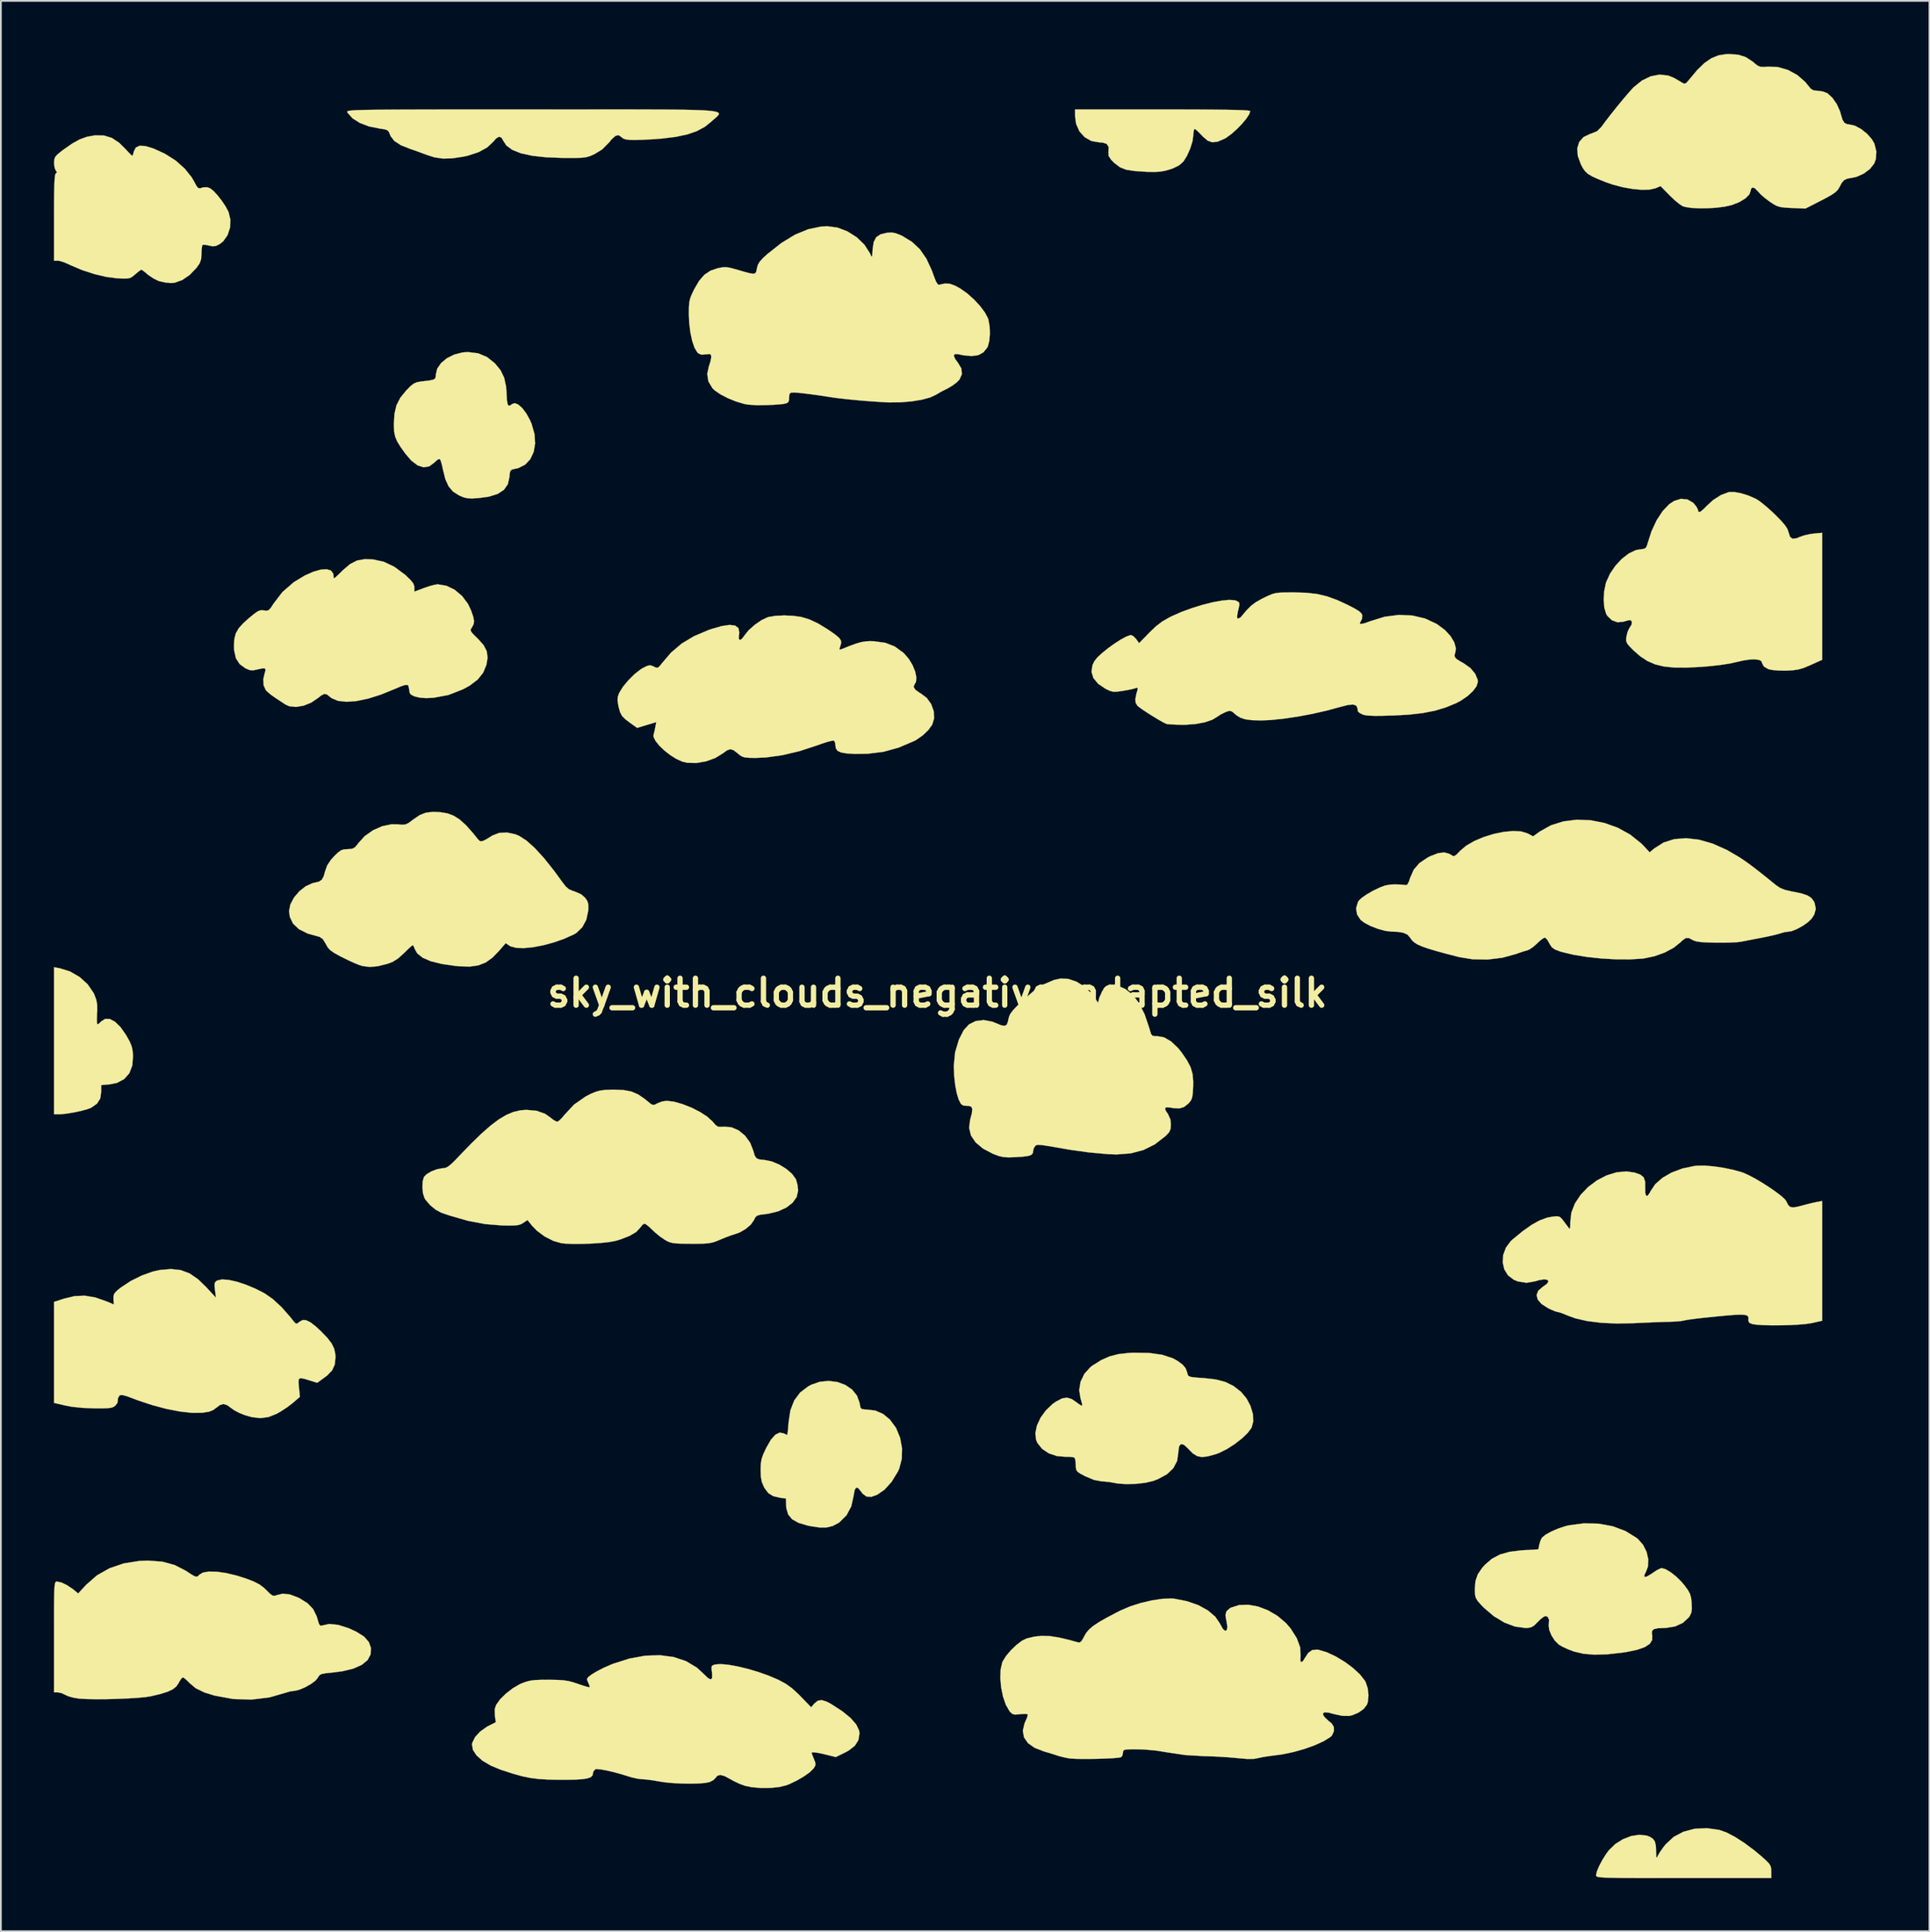
<source format=kicad_pcb>
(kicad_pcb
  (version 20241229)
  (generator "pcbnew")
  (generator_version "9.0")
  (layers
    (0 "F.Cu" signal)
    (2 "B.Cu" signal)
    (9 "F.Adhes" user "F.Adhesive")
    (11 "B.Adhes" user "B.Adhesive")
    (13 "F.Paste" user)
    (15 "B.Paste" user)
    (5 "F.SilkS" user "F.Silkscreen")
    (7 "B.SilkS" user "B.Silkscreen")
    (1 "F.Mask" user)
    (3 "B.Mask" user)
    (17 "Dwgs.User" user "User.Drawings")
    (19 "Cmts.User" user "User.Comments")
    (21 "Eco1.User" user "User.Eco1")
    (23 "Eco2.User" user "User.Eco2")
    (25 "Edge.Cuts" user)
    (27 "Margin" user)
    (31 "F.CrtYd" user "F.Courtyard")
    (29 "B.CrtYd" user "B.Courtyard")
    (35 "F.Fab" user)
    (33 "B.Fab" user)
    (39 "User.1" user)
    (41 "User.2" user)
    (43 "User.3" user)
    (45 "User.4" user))
  (footprint "sky_with_clouds_negative_adapted_silk"
    (layer "F.Cu")
    (at 49.958 53.09)
    (property "Reference" "sky_with_clouds_negative_adapted_silk" (at 0 0 0) (layer "F.SilkS") (effects (font (size 1.524 1.524) (thickness 0.3))))
    (attr through_hole)
    (fp_poly (pts (xy -49.636 -1.4) (xy -49.046 -1.216) (xy -48.507 -0.905) (xy -48.053 -0.495) (xy -47.721 -0.011) (xy -47.667 0.104) (xy -47.562 0.389) (xy -47.512 0.658) (xy -47.508 0.986) (xy -47.518 1.161) (xy -47.529 1.459) (xy -47.524 1.678) (xy -47.503 1.776) (xy -47.498 1.778) (xy -47.404 1.722) (xy -47.286 1.609) (xy -47.058 1.462) (xy -46.793 1.47) (xy -46.502 1.627) (xy -46.197 1.925) (xy -45.891 2.358) (xy -45.87 2.394) (xy -45.68 2.732) (xy -45.567 2.999) (xy -45.509 3.261) (xy -45.486 3.551) (xy -45.525 4.095) (xy -45.695 4.537) (xy -45.989 4.869) (xy -46.399 5.084) (xy -46.805 5.164) (xy -47.286 5.207) (xy -47.286 5.6) (xy -47.341 5.969) (xy -47.52 6.251) (xy -47.844 6.481) (xy -47.863 6.491) (xy -48.091 6.576) (xy -48.43 6.667) (xy -48.825 6.751) (xy -49.219 6.817) (xy -49.554 6.854) (xy -49.664 6.858) (xy -49.953 6.858) (xy -49.953 -1.458) (xy -49.636 -1.4)) (stroke (width 0.01) (type solid)) (fill yes) (layer "F.SilkS"))
    (fp_poly (pts (xy 44.22 47.316) (xy 44.618 47.456) (xy 45.1 47.707) (xy 45.636 48.051) (xy 46.199 48.471) (xy 46.62 48.823) (xy 46.884 49.061) (xy 47.045 49.231) (xy 47.126 49.374) (xy 47.156 49.53) (xy 47.159 49.667) (xy 47.159 50.038) (xy 42.206 50.038) (xy 41.167 50.038) (xy 40.285 50.037) (xy 39.546 50.036) (xy 38.938 50.033) (xy 38.448 50.028) (xy 38.064 50.021) (xy 37.773 50.012) (xy 37.561 49.999) (xy 37.417 49.983) (xy 37.326 49.962) (xy 37.277 49.937) (xy 37.257 49.908) (xy 37.253 49.872) (xy 37.253 49.866) (xy 37.3 49.657) (xy 37.425 49.359) (xy 37.604 49.02) (xy 37.813 48.687) (xy 37.976 48.466) (xy 38.339 48.113) (xy 38.773 47.841) (xy 39.239 47.663) (xy 39.7 47.591) (xy 40.117 47.637) (xy 40.295 47.707) (xy 40.473 47.823) (xy 40.578 47.973) (xy 40.63 48.202) (xy 40.647 48.542) (xy 40.654 48.788) (xy 40.671 48.885) (xy 40.709 48.851) (xy 40.753 48.759) (xy 40.861 48.574) (xy 41.036 48.324) (xy 41.184 48.134) (xy 41.635 47.715) (xy 42.187 47.42) (xy 42.821 47.252) (xy 43.517 47.218) (xy 44.22 47.316)) (stroke (width 0.01) (type solid)) (fill yes) (layer "F.SilkS"))
    (fp_poly (pts (xy 13.883 -49.952) (xy 14.862 -49.949) (xy 15.683 -49.943) (xy 16.355 -49.935) (xy 16.883 -49.924) (xy 17.274 -49.911) (xy 17.535 -49.894) (xy 17.671 -49.875) (xy 17.695 -49.861) (xy 17.633 -49.676) (xy 17.465 -49.422) (xy 17.222 -49.131) (xy 16.933 -48.835) (xy 16.63 -48.566) (xy 16.342 -48.357) (xy 16.238 -48.297) (xy 15.858 -48.133) (xy 15.557 -48.094) (xy 15.293 -48.185) (xy 15.024 -48.411) (xy 14.968 -48.472) (xy 14.774 -48.673) (xy 14.62 -48.811) (xy 14.55 -48.853) (xy 14.505 -48.778) (xy 14.48 -48.59) (xy 14.478 -48.517) (xy 14.429 -48.157) (xy 14.298 -47.736) (xy 14.113 -47.323) (xy 13.923 -47.02) (xy 13.687 -46.802) (xy 13.327 -46.623) (xy 13.194 -46.575) (xy 12.905 -46.491) (xy 12.614 -46.438) (xy 12.283 -46.417) (xy 11.874 -46.424) (xy 11.348 -46.457) (xy 11.134 -46.475) (xy 10.683 -46.543) (xy 10.331 -46.682) (xy 10.011 -46.924) (xy 9.832 -47.104) (xy 9.686 -47.325) (xy 9.676 -47.556) (xy 9.676 -47.556) (xy 9.687 -47.832) (xy 9.581 -48.002) (xy 9.343 -48.08) (xy 9.154 -48.091) (xy 8.71 -48.169) (xy 8.329 -48.387) (xy 8.033 -48.719) (xy 7.846 -49.14) (xy 7.791 -49.551) (xy 7.789 -49.953) (xy 12.742 -49.953) (xy 13.883 -49.952)) (stroke (width 0.01) (type solid)) (fill yes) (layer "F.SilkS"))
    (fp_poly (pts (xy -5.65 21.995) (xy -5.201 22.161) (xy -4.824 22.419) (xy -4.548 22.758) (xy -4.399 23.167) (xy -4.393 23.21) (xy -4.353 23.425) (xy -4.277 23.52) (xy -4.113 23.544) (xy -4.042 23.545) (xy -3.511 23.607) (xy -3.062 23.803) (xy -2.677 24.124) (xy -2.336 24.59) (xy -2.107 25.143) (xy -1.997 25.741) (xy -2.012 26.341) (xy -2.159 26.9) (xy -2.223 27.04) (xy -2.588 27.639) (xy -3 28.091) (xy -3.401 28.364) (xy -3.739 28.487) (xy -4.005 28.469) (xy -4.228 28.303) (xy -4.333 28.163) (xy -4.483 27.984) (xy -4.597 27.965) (xy -4.68 28.11) (xy -4.734 28.419) (xy -4.735 28.426) (xy -4.869 29.025) (xy -5.134 29.524) (xy -5.527 29.914) (xy -5.59 29.958) (xy -5.908 30.129) (xy -6.251 30.215) (xy -6.657 30.219) (xy -7.164 30.144) (xy -7.335 30.109) (xy -7.845 29.958) (xy -8.206 29.757) (xy -8.431 29.49) (xy -8.537 29.144) (xy -8.549 28.99) (xy -8.561 28.582) (xy -8.9 28.535) (xy -9.283 28.445) (xy -9.555 28.276) (xy -9.768 27.995) (xy -9.808 27.923) (xy -9.923 27.649) (xy -9.981 27.342) (xy -9.995 26.962) (xy -9.984 26.629) (xy -9.941 26.359) (xy -9.848 26.086) (xy -9.688 25.739) (xy -9.675 25.713) (xy -9.413 25.258) (xy -9.161 24.972) (xy -8.917 24.854) (xy -8.693 24.896) (xy -8.548 24.966) (xy -8.494 24.984) (xy -8.473 24.906) (xy -8.447 24.698) (xy -8.422 24.399) (xy -8.414 24.281) (xy -8.312 23.599) (xy -8.095 23.037) (xy -7.757 22.585) (xy -7.292 22.233) (xy -7.146 22.154) (xy -6.65 21.98) (xy -6.142 21.931) (xy -5.65 21.995)) (stroke (width 0.01) (type solid)) (fill yes) (layer "F.SilkS"))
    (fp_poly (pts (xy -25.968 -36.166) (xy -25.464 -35.953) (xy -25.021 -35.599) (xy -24.701 -35.21) (xy -24.495 -34.78) (xy -24.386 -34.265) (xy -24.359 -33.868) (xy -24.339 -33.494) (xy -24.297 -33.274) (xy -24.225 -33.194) (xy -24.118 -33.24) (xy -24.065 -33.289) (xy -23.903 -33.348) (xy -23.699 -33.268) (xy -23.475 -33.069) (xy -23.248 -32.77) (xy -23.038 -32.391) (xy -22.945 -32.176) (xy -22.784 -31.608) (xy -22.747 -31.072) (xy -22.828 -30.589) (xy -23.019 -30.181) (xy -23.311 -29.87) (xy -23.697 -29.676) (xy -23.862 -29.639) (xy -24.047 -29.6) (xy -24.142 -29.529) (xy -24.182 -29.377) (xy -24.199 -29.167) (xy -24.289 -28.765) (xy -24.509 -28.45) (xy -24.865 -28.216) (xy -25.363 -28.06) (xy -25.955 -27.981) (xy -26.316 -27.961) (xy -26.573 -27.971) (xy -26.786 -28.021) (xy -27.019 -28.119) (xy -27.051 -28.134) (xy -27.387 -28.348) (xy -27.636 -28.64) (xy -27.819 -29.04) (xy -27.948 -29.549) (xy -28.013 -29.843) (xy -28.078 -30.072) (xy -28.126 -30.18) (xy -28.223 -30.177) (xy -28.385 -30.051) (xy -28.444 -29.99) (xy -28.734 -29.773) (xy -29.051 -29.72) (xy -29.39 -29.829) (xy -29.745 -30.098) (xy -30.074 -30.48) (xy -30.354 -30.87) (xy -30.543 -31.176) (xy -30.657 -31.444) (xy -30.714 -31.719) (xy -30.733 -32.046) (xy -30.734 -32.163) (xy -30.699 -32.752) (xy -30.584 -33.233) (xy -30.37 -33.653) (xy -30.038 -34.061) (xy -30.027 -34.072) (xy -29.791 -34.311) (xy -29.609 -34.454) (xy -29.427 -34.531) (xy -29.187 -34.574) (xy -29.083 -34.585) (xy -28.735 -34.627) (xy -28.522 -34.67) (xy -28.411 -34.73) (xy -28.37 -34.826) (xy -28.363 -34.952) (xy -28.284 -35.296) (xy -28.064 -35.615) (xy -27.733 -35.888) (xy -27.32 -36.094) (xy -26.854 -36.214) (xy -26.549 -36.235) (xy -25.968 -36.166)) (stroke (width 0.01) (type solid)) (fill yes) (layer "F.SilkS"))
    (fp_poly (pts (xy 37.399 30.002) (xy 38.192 30.149) (xy 38.913 30.418) (xy 39.537 30.804) (xy 39.624 30.874) (xy 39.911 31.201) (xy 40.109 31.599) (xy 40.204 32.021) (xy 40.186 32.422) (xy 40.09 32.681) (xy 39.983 32.909) (xy 39.991 33.013) (xy 40.117 32.995) (xy 40.358 32.854) (xy 40.484 32.766) (xy 40.712 32.619) (xy 40.903 32.528) (xy 40.97 32.514) (xy 41.187 32.578) (xy 41.469 32.746) (xy 41.778 32.99) (xy 42.076 33.281) (xy 42.247 33.483) (xy 42.451 33.763) (xy 42.569 33.984) (xy 42.629 34.215) (xy 42.657 34.502) (xy 42.666 34.821) (xy 42.637 35.035) (xy 42.556 35.21) (xy 42.496 35.297) (xy 42.163 35.609) (xy 41.718 35.813) (xy 41.188 35.898) (xy 41.1 35.9) (xy 40.739 35.914) (xy 40.521 35.964) (xy 40.42 36.066) (xy 40.412 36.235) (xy 40.427 36.315) (xy 40.424 36.576) (xy 40.288 36.795) (xy 40.01 36.979) (xy 39.583 37.13) (xy 38.998 37.253) (xy 38.725 37.295) (xy 37.874 37.388) (xy 37.153 37.409) (xy 36.536 37.356) (xy 35.998 37.229) (xy 35.983 37.224) (xy 35.649 37.097) (xy 35.336 36.95) (xy 35.147 36.838) (xy 34.921 36.615) (xy 34.731 36.32) (xy 34.604 36.009) (xy 34.57 35.739) (xy 34.579 35.686) (xy 34.595 35.439) (xy 34.517 35.271) (xy 34.395 35.221) (xy 34.267 35.28) (xy 34.081 35.43) (xy 33.951 35.56) (xy 33.746 35.763) (xy 33.573 35.864) (xy 33.363 35.897) (xy 33.258 35.899) (xy 32.67 35.82) (xy 32.063 35.591) (xy 31.462 35.228) (xy 30.894 34.743) (xy 30.747 34.59) (xy 30.55 34.364) (xy 30.445 34.185) (xy 30.403 33.979) (xy 30.395 33.695) (xy 30.433 33.241) (xy 30.564 32.862) (xy 30.812 32.499) (xy 30.975 32.318) (xy 31.366 31.983) (xy 31.819 31.745) (xy 32.364 31.591) (xy 33.033 31.509) (xy 33.101 31.505) (xy 33.987 31.454) (xy 34.043 31.179) (xy 34.11 30.952) (xy 34.193 30.791) (xy 34.193 30.791) (xy 34.39 30.629) (xy 34.703 30.454) (xy 35.085 30.287) (xy 35.485 30.152) (xy 35.706 30.097) (xy 36.562 29.983) (xy 37.399 30.002)) (stroke (width 0.01) (type solid)) (fill yes) (layer "F.SilkS"))
    (fp_poly (pts (xy 11.972 20.35) (xy 12.711 20.454) (xy 13.31 20.649) (xy 13.589 20.802) (xy 13.873 21.013) (xy 14.04 21.215) (xy 14.13 21.46) (xy 14.14 21.505) (xy 14.167 21.6) (xy 14.222 21.663) (xy 14.338 21.705) (xy 14.545 21.734) (xy 14.876 21.76) (xy 15.08 21.773) (xy 15.745 21.848) (xy 16.289 21.991) (xy 16.748 22.217) (xy 17.16 22.539) (xy 17.174 22.551) (xy 17.483 22.92) (xy 17.709 23.347) (xy 17.841 23.79) (xy 17.867 24.21) (xy 17.774 24.565) (xy 17.766 24.58) (xy 17.553 24.868) (xy 17.224 25.184) (xy 16.82 25.498) (xy 16.383 25.778) (xy 15.956 25.994) (xy 15.744 26.073) (xy 15.296 26.196) (xy 14.958 26.235) (xy 14.687 26.18) (xy 14.442 26.025) (xy 14.182 25.76) (xy 14.176 25.753) (xy 13.952 25.546) (xy 13.786 25.498) (xy 13.679 25.609) (xy 13.633 25.877) (xy 13.631 25.956) (xy 13.561 26.448) (xy 13.346 26.864) (xy 12.982 27.209) (xy 12.467 27.488) (xy 12.197 27.589) (xy 11.765 27.69) (xy 11.245 27.75) (xy 10.704 27.766) (xy 10.211 27.734) (xy 9.948 27.686) (xy 9.7 27.643) (xy 9.393 27.615) (xy 9.305 27.611) (xy 8.873 27.533) (xy 8.374 27.326) (xy 8.093 27.179) (xy 7.931 27.07) (xy 7.855 26.961) (xy 7.831 26.813) (xy 7.829 26.695) (xy 7.812 26.458) (xy 7.773 26.297) (xy 7.758 26.272) (xy 7.64 26.236) (xy 7.416 26.22) (xy 7.275 26.222) (xy 6.763 26.181) (xy 6.301 26.024) (xy 5.922 25.769) (xy 5.658 25.435) (xy 5.587 25.27) (xy 5.543 24.885) (xy 5.632 24.456) (xy 5.836 24.014) (xy 6.138 23.596) (xy 6.52 23.234) (xy 6.696 23.109) (xy 7.042 22.925) (xy 7.329 22.875) (xy 7.602 22.958) (xy 7.833 23.115) (xy 8.026 23.256) (xy 8.158 23.332) (xy 8.189 23.335) (xy 8.186 23.241) (xy 8.136 23.044) (xy 8.098 22.925) (xy 8.023 22.454) (xy 8.099 21.979) (xy 8.313 21.534) (xy 8.652 21.156) (xy 8.784 21.056) (xy 9.273 20.752) (xy 9.74 20.544) (xy 10.24 20.416) (xy 10.828 20.35) (xy 11.091 20.337) (xy 11.972 20.35)) (stroke (width 0.01) (type solid)) (fill yes) (layer "F.SilkS"))
    (fp_poly (pts (xy -17.493 -49.955) (xy -16.502 -49.953) (xy -15.641 -49.95) (xy -14.901 -49.944) (xy -14.273 -49.935) (xy -13.751 -49.923) (xy -13.325 -49.907) (xy -12.988 -49.887) (xy -12.732 -49.861) (xy -12.548 -49.83) (xy -12.429 -49.793) (xy -12.366 -49.749) (xy -12.352 -49.698) (xy -12.378 -49.64) (xy -12.436 -49.573) (xy -12.519 -49.497) (xy -12.618 -49.412) (xy -12.725 -49.317) (xy -12.765 -49.279) (xy -13.145 -48.973) (xy -13.596 -48.73) (xy -14.138 -48.541) (xy -14.794 -48.402) (xy -15.582 -48.306) (xy -16.118 -48.266) (xy -16.691 -48.236) (xy -17.12 -48.225) (xy -17.429 -48.233) (xy -17.641 -48.264) (xy -17.781 -48.318) (xy -17.872 -48.396) (xy -18.024 -48.499) (xy -18.199 -48.46) (xy -18.414 -48.271) (xy -18.557 -48.095) (xy -18.956 -47.692) (xy -19.362 -47.444) (xy -19.555 -47.352) (xy -19.724 -47.287) (xy -19.902 -47.245) (xy -20.124 -47.221) (xy -20.425 -47.211) (xy -20.839 -47.21) (xy -21.167 -47.211) (xy -22.114 -47.246) (xy -22.911 -47.334) (xy -23.555 -47.476) (xy -24.043 -47.67) (xy -24.374 -47.917) (xy -24.519 -48.138) (xy -24.644 -48.354) (xy -24.783 -48.412) (xy -24.953 -48.312) (xy -25.114 -48.127) (xy -25.458 -47.804) (xy -25.945 -47.537) (xy -26.556 -47.337) (xy -26.813 -47.281) (xy -27.437 -47.188) (xy -27.962 -47.175) (xy -28.438 -47.244) (xy -28.871 -47.382) (xy -29.222 -47.514) (xy -29.573 -47.64) (xy -29.803 -47.718) (xy -30.337 -47.93) (xy -30.708 -48.172) (xy -30.92 -48.449) (xy -30.946 -48.514) (xy -31.013 -48.681) (xy -31.103 -48.777) (xy -31.264 -48.831) (xy -31.546 -48.872) (xy -32.137 -48.991) (xy -32.651 -49.186) (xy -33.06 -49.442) (xy -33.336 -49.745) (xy -33.364 -49.793) (xy -33.373 -49.817) (xy -33.368 -49.838) (xy -33.341 -49.857) (xy -33.283 -49.873) (xy -33.185 -49.888) (xy -33.038 -49.901) (xy -32.834 -49.912) (xy -32.564 -49.921) (xy -32.219 -49.929) (xy -31.791 -49.935) (xy -31.271 -49.941) (xy -30.65 -49.945) (xy -29.92 -49.948) (xy -29.072 -49.95) (xy -28.098 -49.952) (xy -26.988 -49.953) (xy -25.734 -49.953) (xy -24.327 -49.953) (xy -22.905 -49.953) (xy -21.318 -49.954) (xy -19.893 -49.954) (xy -18.62 -49.955) (xy -17.493 -49.955)) (stroke (width 0.01) (type solid)) (fill yes) (layer "F.SilkS"))
    (fp_poly (pts (xy -47.127 -48.478) (xy -46.684 -48.343) (xy -46.266 -48.065) (xy -45.942 -47.745) (xy -45.746 -47.534) (xy -45.597 -47.384) (xy -45.527 -47.329) (xy -45.485 -47.401) (xy -45.438 -47.577) (xy -45.437 -47.58) (xy -45.328 -47.799) (xy -45.11 -47.9) (xy -44.78 -47.882) (xy -44.336 -47.746) (xy -43.774 -47.492) (xy -43.653 -47.43) (xy -43.076 -47.063) (xy -42.568 -46.613) (xy -42.171 -46.119) (xy -42.034 -45.884) (xy -41.903 -45.636) (xy -41.806 -45.514) (xy -41.702 -45.489) (xy -41.552 -45.537) (xy -41.529 -45.546) (xy -41.299 -45.557) (xy -41.129 -45.496) (xy -40.941 -45.351) (xy -40.709 -45.101) (xy -40.466 -44.791) (xy -40.249 -44.467) (xy -40.092 -44.172) (xy -40.083 -44.151) (xy -39.978 -43.715) (xy -40.001 -43.265) (xy -40.14 -42.845) (xy -40.383 -42.501) (xy -40.572 -42.349) (xy -40.796 -42.235) (xy -40.992 -42.216) (xy -41.183 -42.257) (xy -41.4 -42.301) (xy -41.541 -42.3) (xy -41.557 -42.291) (xy -41.588 -42.182) (xy -41.609 -41.961) (xy -41.613 -41.795) (xy -41.634 -41.488) (xy -41.718 -41.253) (xy -41.891 -41.003) (xy -42.28 -40.597) (xy -42.702 -40.309) (xy -43.127 -40.157) (xy -43.343 -40.138) (xy -43.67 -40.17) (xy -43.993 -40.242) (xy -44.056 -40.263) (xy -44.335 -40.401) (xy -44.616 -40.591) (xy -44.673 -40.638) (xy -44.857 -40.791) (xy -44.986 -40.883) (xy -45.013 -40.894) (xy -45.101 -40.843) (xy -45.266 -40.713) (xy -45.363 -40.63) (xy -45.515 -40.503) (xy -45.646 -40.428) (xy -45.804 -40.393) (xy -46.037 -40.39) (xy -46.39 -40.407) (xy -46.991 -40.484) (xy -47.669 -40.645) (xy -48.363 -40.871) (xy -49.015 -41.146) (xy -49.125 -41.2) (xy -49.397 -41.317) (xy -49.644 -41.39) (xy -49.739 -41.402) (xy -49.953 -41.402) (xy -49.953 -43.85) (xy -49.952 -44.598) (xy -49.946 -45.191) (xy -49.936 -45.643) (xy -49.921 -45.969) (xy -49.901 -46.185) (xy -49.874 -46.303) (xy -49.847 -46.337) (xy -49.784 -46.394) (xy -49.847 -46.488) (xy -49.915 -46.641) (xy -49.948 -46.879) (xy -49.949 -46.943) (xy -49.937 -47.125) (xy -49.887 -47.265) (xy -49.768 -47.403) (xy -49.552 -47.579) (xy -49.42 -47.678) (xy -48.928 -48.022) (xy -48.504 -48.257) (xy -48.107 -48.403) (xy -47.692 -48.48) (xy -47.63 -48.487) (xy -47.127 -48.478)) (stroke (width 0.01) (type solid)) (fill yes) (layer "F.SilkS"))
    (fp_poly (pts (xy -42.789 15.665) (xy -42.287 15.854) (xy -41.806 16.184) (xy -41.349 16.627) (xy -40.793 17.23) (xy -40.851 16.792) (xy -40.877 16.529) (xy -40.86 16.381) (xy -40.786 16.293) (xy -40.72 16.253) (xy -40.459 16.194) (xy -40.084 16.219) (xy -39.623 16.32) (xy -39.103 16.49) (xy -38.552 16.722) (xy -38.054 16.976) (xy -37.587 17.298) (xy -37.092 17.754) (xy -36.595 18.318) (xy -36.481 18.464) (xy -36.338 18.641) (xy -36.246 18.699) (xy -36.152 18.656) (xy -36.082 18.595) (xy -35.905 18.493) (xy -35.703 18.497) (xy -35.455 18.616) (xy -35.143 18.858) (xy -34.875 19.106) (xy -34.505 19.487) (xy -34.256 19.811) (xy -34.109 20.112) (xy -34.044 20.426) (xy -34.036 20.612) (xy -34.078 21.007) (xy -34.223 21.326) (xy -34.494 21.614) (xy -34.673 21.751) (xy -35.072 22.038) (xy -35.514 21.899) (xy -35.836 21.801) (xy -36.025 21.773) (xy -36.113 21.834) (xy -36.128 22.005) (xy -36.103 22.294) (xy -36.048 22.83) (xy -36.46 23.185) (xy -36.777 23.427) (xy -37.148 23.668) (xy -37.373 23.793) (xy -37.833 23.975) (xy -38.281 24.036) (xy -38.767 23.978) (xy -39.144 23.872) (xy -39.459 23.748) (xy -39.745 23.599) (xy -39.884 23.503) (xy -40.158 23.304) (xy -40.374 23.237) (xy -40.578 23.298) (xy -40.757 23.433) (xy -40.959 23.581) (xy -41.185 23.67) (xy -41.5 23.722) (xy -41.598 23.732) (xy -42.157 23.736) (xy -42.829 23.662) (xy -43.582 23.516) (xy -44.382 23.304) (xy -45.196 23.035) (xy -45.486 22.925) (xy -45.832 22.797) (xy -46.059 22.736) (xy -46.198 22.736) (xy -46.26 22.767) (xy -46.344 22.924) (xy -46.341 23.015) (xy -46.371 23.178) (xy -46.484 23.327) (xy -46.581 23.398) (xy -46.707 23.445) (xy -46.896 23.471) (xy -47.182 23.483) (xy -47.599 23.482) (xy -47.677 23.482) (xy -48.344 23.455) (xy -48.94 23.393) (xy -49.32 23.322) (xy -49.953 23.173) (xy -49.953 17.465) (xy -49.401 17.284) (xy -48.793 17.137) (xy -48.208 17.113) (xy -47.605 17.216) (xy -46.943 17.45) (xy -46.887 17.474) (xy -46.572 17.611) (xy -46.59 17.3) (xy -46.587 17.117) (xy -46.532 16.976) (xy -46.392 16.828) (xy -46.186 16.661) (xy -45.622 16.287) (xy -44.994 15.973) (xy -44.364 15.747) (xy -43.984 15.662) (xy -43.344 15.605) (xy -42.789 15.665)) (stroke (width 0.01) (type solid)) (fill yes) (layer "F.SilkS"))
    (fp_poly (pts (xy 45.444 -28.255) (xy 45.864 -28.125) (xy 46.266 -27.948) (xy 46.372 -27.89) (xy 46.581 -27.743) (xy 46.866 -27.511) (xy 47.183 -27.228) (xy 47.403 -27.019) (xy 47.728 -26.687) (xy 47.945 -26.433) (xy 48.074 -26.231) (xy 48.136 -26.049) (xy 48.138 -26.04) (xy 48.221 -25.787) (xy 48.362 -25.68) (xy 48.586 -25.708) (xy 48.755 -25.778) (xy 49.021 -25.872) (xy 49.359 -25.946) (xy 49.551 -25.971) (xy 50.038 -26.016) (xy 50.038 -22.427) (xy 50.038 -18.838) (xy 49.382 -18.542) (xy 49.004 -18.383) (xy 48.691 -18.29) (xy 48.36 -18.243) (xy 48.006 -18.225) (xy 47.605 -18.228) (xy 47.251 -18.257) (xy 47.004 -18.306) (xy 46.993 -18.31) (xy 46.745 -18.456) (xy 46.651 -18.627) (xy 46.596 -18.761) (xy 46.479 -18.83) (xy 46.249 -18.861) (xy 46.217 -18.864) (xy 45.939 -18.852) (xy 45.578 -18.799) (xy 45.211 -18.715) (xy 45.204 -18.713) (xy 44.806 -18.625) (xy 44.274 -18.544) (xy 43.643 -18.474) (xy 43.2 -18.438) (xy 42.366 -18.394) (xy 41.671 -18.399) (xy 41.088 -18.459) (xy 40.592 -18.58) (xy 40.157 -18.768) (xy 39.758 -19.03) (xy 39.381 -19.358) (xy 39.148 -19.591) (xy 39.015 -19.753) (xy 38.959 -19.89) (xy 38.958 -20.048) (xy 38.97 -20.152) (xy 39.032 -20.412) (xy 39.126 -20.618) (xy 39.151 -20.651) (xy 39.259 -20.828) (xy 39.278 -20.988) (xy 39.206 -21.077) (xy 39.171 -21.082) (xy 39.014 -21.055) (xy 38.799 -20.992) (xy 38.467 -20.959) (xy 38.151 -21.072) (xy 37.897 -21.31) (xy 37.818 -21.444) (xy 37.719 -21.79) (xy 37.683 -22.231) (xy 37.711 -22.707) (xy 37.802 -23.156) (xy 37.831 -23.247) (xy 38.048 -23.718) (xy 38.352 -24.161) (xy 38.713 -24.548) (xy 39.101 -24.848) (xy 39.486 -25.033) (xy 39.707 -25.077) (xy 39.944 -25.105) (xy 40.069 -25.171) (xy 40.137 -25.316) (xy 40.16 -25.4) (xy 40.386 -26.103) (xy 40.676 -26.725) (xy 41.015 -27.243) (xy 41.388 -27.633) (xy 41.663 -27.817) (xy 42.049 -27.937) (xy 42.416 -27.904) (xy 42.734 -27.721) (xy 42.763 -27.693) (xy 42.92 -27.505) (xy 43.005 -27.344) (xy 43.011 -27.312) (xy 43.048 -27.193) (xy 43.164 -27.217) (xy 43.361 -27.384) (xy 43.491 -27.521) (xy 43.877 -27.874) (xy 44.312 -28.151) (xy 44.738 -28.313) (xy 44.766 -28.319) (xy 45.06 -28.325) (xy 45.444 -28.255)) (stroke (width 0.01) (type solid)) (fill yes) (layer "F.SilkS"))
    (fp_poly (pts (xy -43.833 32.151) (xy -43.13 32.34) (xy -42.5 32.664) (xy -42.468 32.685) (xy -42.183 32.873) (xy -42.001 32.976) (xy -41.888 33.004) (xy -41.809 32.968) (xy -41.743 32.895) (xy -41.534 32.767) (xy -41.195 32.709) (xy -40.749 32.718) (xy -40.22 32.794) (xy -39.631 32.934) (xy -39.062 33.115) (xy -38.646 33.278) (xy -38.342 33.434) (xy -38.097 33.615) (xy -37.944 33.762) (xy -37.734 33.968) (xy -37.593 34.069) (xy -37.479 34.084) (xy -37.368 34.046) (xy -37.015 33.959) (xy -36.612 34.004) (xy -36.136 34.185) (xy -36.08 34.213) (xy -35.623 34.494) (xy -35.306 34.822) (xy -35.102 35.231) (xy -35.047 35.417) (xy -34.974 35.661) (xy -34.901 35.766) (xy -34.81 35.764) (xy -34.808 35.764) (xy -34.393 35.672) (xy -33.887 35.722) (xy -33.289 35.913) (xy -32.851 36.114) (xy -32.421 36.386) (xy -32.15 36.694) (xy -32.034 37.016) (xy -32.049 37.392) (xy -32.222 37.715) (xy -32.55 37.984) (xy -33.027 38.196) (xy -33.651 38.348) (xy -34.289 38.428) (xy -34.617 38.46) (xy -34.818 38.5) (xy -34.935 38.564) (xy -35.012 38.668) (xy -35.038 38.721) (xy -35.181 38.887) (xy -35.433 39.071) (xy -35.743 39.246) (xy -36.057 39.382) (xy -36.324 39.451) (xy -36.38 39.455) (xy -36.6 39.485) (xy -36.797 39.543) (xy -37.775 39.825) (xy -38.793 39.949) (xy -39.833 39.914) (xy -40.875 39.721) (xy -41.444 39.546) (xy -41.948 39.3) (xy -42.266 39.03) (xy -42.456 38.842) (xy -42.609 38.72) (xy -42.668 38.693) (xy -42.755 38.762) (xy -42.868 38.936) (xy -42.904 39.008) (xy -43.034 39.203) (xy -43.236 39.365) (xy -43.535 39.505) (xy -43.955 39.636) (xy -44.488 39.761) (xy -44.801 39.809) (xy -45.246 39.85) (xy -45.782 39.883) (xy -46.371 39.908) (xy -46.975 39.923) (xy -47.554 39.927) (xy -48.071 39.918) (xy -48.485 39.896) (xy -48.56 39.889) (xy -48.879 39.835) (xy -49.162 39.752) (xy -49.298 39.688) (xy -49.53 39.58) (xy -49.739 39.539) (xy -49.953 39.539) (xy -49.953 36.407) (xy -49.953 35.597) (xy -49.952 34.94) (xy -49.949 34.42) (xy -49.943 34.022) (xy -49.934 33.728) (xy -49.92 33.524) (xy -49.9 33.392) (xy -49.874 33.318) (xy -49.841 33.284) (xy -49.8 33.274) (xy -49.78 33.274) (xy -49.532 33.33) (xy -49.221 33.478) (xy -48.9 33.692) (xy -48.826 33.751) (xy -48.588 33.949) (xy -48.129 33.453) (xy -47.528 32.927) (xy -46.818 32.524) (xy -46.013 32.249) (xy -45.126 32.108) (xy -44.632 32.089) (xy -43.833 32.151)) (stroke (width 0.01) (type solid)) (fill yes) (layer "F.SilkS"))
    (fp_poly (pts (xy -28.101 -10.221) (xy -27.709 -10.156) (xy -27.355 -10.025) (xy -27.015 -9.809) (xy -26.661 -9.491) (xy -26.269 -9.052) (xy -26.006 -8.724) (xy -25.91 -8.616) (xy -25.812 -8.573) (xy -25.677 -8.602) (xy -25.471 -8.71) (xy -25.164 -8.902) (xy -24.785 -9.049) (xy -24.337 -9.073) (xy -23.867 -8.973) (xy -23.654 -8.885) (xy -23.24 -8.62) (xy -22.769 -8.199) (xy -22.243 -7.625) (xy -21.666 -6.9) (xy -21.227 -6.298) (xy -21.022 -6.031) (xy -20.841 -5.871) (xy -20.633 -5.777) (xy -20.527 -5.747) (xy -20.142 -5.579) (xy -19.929 -5.391) (xy -19.802 -5.216) (xy -19.743 -5.042) (xy -19.735 -4.8) (xy -19.744 -4.647) (xy -19.852 -4.141) (xy -20.083 -3.712) (xy -20.421 -3.391) (xy -20.553 -3.313) (xy -21.106 -3.065) (xy -21.694 -2.858) (xy -22.288 -2.698) (xy -22.857 -2.59) (xy -23.372 -2.539) (xy -23.803 -2.551) (xy -24.12 -2.631) (xy -24.184 -2.667) (xy -24.412 -2.817) (xy -24.783 -2.387) (xy -25.163 -1.995) (xy -25.541 -1.725) (xy -25.955 -1.562) (xy -26.439 -1.494) (xy -27.031 -1.51) (xy -27.263 -1.532) (xy -28.039 -1.645) (xy -28.654 -1.8) (xy -29.11 -1.997) (xy -29.41 -2.239) (xy -29.537 -2.458) (xy -29.609 -2.632) (xy -29.664 -2.709) (xy -29.666 -2.709) (xy -29.741 -2.654) (xy -29.903 -2.507) (xy -30.119 -2.297) (xy -30.166 -2.251) (xy -30.498 -1.952) (xy -30.804 -1.76) (xy -31.081 -1.654) (xy -31.635 -1.516) (xy -32.093 -1.473) (xy -32.501 -1.524) (xy -32.724 -1.594) (xy -33.009 -1.712) (xy -33.37 -1.879) (xy -33.735 -2.06) (xy -33.782 -2.084) (xy -34.115 -2.269) (xy -34.333 -2.423) (xy -34.477 -2.582) (xy -34.586 -2.778) (xy -34.753 -3.051) (xy -34.939 -3.176) (xy -34.967 -3.182) (xy -35.609 -3.36) (xy -36.098 -3.606) (xy -36.434 -3.921) (xy -36.619 -4.306) (xy -36.661 -4.639) (xy -36.585 -5.015) (xy -36.38 -5.399) (xy -36.08 -5.751) (xy -35.72 -6.034) (xy -35.334 -6.209) (xy -35.233 -6.232) (xy -34.971 -6.297) (xy -34.808 -6.403) (xy -34.704 -6.594) (xy -34.625 -6.874) (xy -34.506 -7.21) (xy -34.301 -7.52) (xy -34.125 -7.717) (xy -33.896 -7.941) (xy -33.722 -8.066) (xy -33.549 -8.12) (xy -33.353 -8.131) (xy -33.108 -8.149) (xy -32.947 -8.224) (xy -32.798 -8.396) (xy -32.752 -8.461) (xy -32.384 -8.868) (xy -31.917 -9.198) (xy -31.395 -9.429) (xy -30.862 -9.54) (xy -30.521 -9.536) (xy -30.259 -9.512) (xy -30.075 -9.53) (xy -29.904 -9.611) (xy -29.681 -9.776) (xy -29.628 -9.817) (xy -29.272 -10.058) (xy -28.921 -10.195) (xy -28.518 -10.241) (xy -28.101 -10.221)) (stroke (width 0.01) (type solid)) (fill yes) (layer "F.SilkS"))
    (fp_poly (pts (xy 7.406 -0.796) (xy 7.869 -0.64) (xy 8.31 -0.367) (xy 8.69 0.001) (xy 8.772 0.108) (xy 9.09 0.55) (xy 9.163 0.254) (xy 9.322 -0.094) (xy 9.58 -0.319) (xy 9.914 -0.414) (xy 10.3 -0.369) (xy 10.623 -0.23) (xy 11.042 0.097) (xy 11.408 0.577) (xy 11.725 1.212) (xy 11.993 2.007) (xy 12.017 2.095) (xy 12.086 2.318) (xy 12.171 2.419) (xy 12.324 2.444) (xy 12.446 2.441) (xy 12.822 2.508) (xy 13.213 2.734) (xy 13.608 3.107) (xy 13.821 3.371) (xy 14.126 3.818) (xy 14.325 4.204) (xy 14.433 4.583) (xy 14.47 5.008) (xy 14.465 5.3) (xy 14.446 5.655) (xy 14.414 5.889) (xy 14.356 6.049) (xy 14.258 6.183) (xy 14.181 6.263) (xy 13.947 6.446) (xy 13.689 6.525) (xy 13.355 6.51) (xy 13.187 6.48) (xy 12.958 6.458) (xy 12.872 6.52) (xy 12.924 6.673) (xy 13.039 6.835) (xy 13.18 7.149) (xy 13.208 7.429) (xy 13.19 7.681) (xy 13.112 7.864) (xy 12.939 8.055) (xy 12.89 8.1) (xy 12.295 8.559) (xy 11.651 8.879) (xy 10.938 9.066) (xy 10.135 9.127) (xy 9.663 9.111) (xy 8.554 9.011) (xy 7.48 8.86) (xy 7.239 8.818) (xy 6.689 8.722) (xy 6.282 8.653) (xy 5.993 8.609) (xy 5.8 8.587) (xy 5.677 8.586) (xy 5.602 8.602) (xy 5.55 8.633) (xy 5.537 8.643) (xy 5.441 8.802) (xy 5.419 8.934) (xy 5.396 9.063) (xy 5.309 9.153) (xy 5.133 9.214) (xy 4.84 9.253) (xy 4.404 9.281) (xy 4.403 9.281) (xy 4.019 9.293) (xy 3.735 9.275) (xy 3.485 9.219) (xy 3.2 9.114) (xy 3.14 9.089) (xy 2.579 8.794) (xy 2.165 8.447) (xy 1.902 8.055) (xy 1.797 7.625) (xy 1.854 7.167) (xy 1.857 7.158) (xy 1.954 6.792) (xy 1.976 6.557) (xy 1.921 6.428) (xy 1.785 6.384) (xy 1.778 6.383) (xy 1.572 6.371) (xy 1.463 6.362) (xy 1.331 6.266) (xy 1.208 6.028) (xy 1.1 5.674) (xy 1.014 5.23) (xy 0.956 4.724) (xy 0.932 4.183) (xy 0.931 4.118) (xy 1.005 3.356) (xy 1.219 2.634) (xy 1.49 2.104) (xy 1.789 1.776) (xy 2.173 1.583) (xy 2.619 1.529) (xy 3.1 1.62) (xy 3.29 1.695) (xy 3.607 1.824) (xy 3.81 1.857) (xy 3.93 1.785) (xy 3.997 1.6) (xy 4.015 1.504) (xy 4.056 1.332) (xy 4.133 1.17) (xy 4.269 0.987) (xy 4.488 0.753) (xy 4.806 0.442) (xy 5.437 -0.104) (xy 6.029 -0.494) (xy 6.594 -0.735) (xy 6.964 -0.816) (xy 7.406 -0.796)) (stroke (width 0.01) (type solid)) (fill yes) (layer "F.SilkS"))
    (fp_poly (pts (xy -31.905 -24.511) (xy -31.297 -24.377) (xy -30.709 -24.097) (xy -30.12 -23.661) (xy -30.064 -23.611) (xy -29.797 -23.357) (xy -29.644 -23.165) (xy -29.582 -23.002) (xy -29.577 -22.933) (xy -29.577 -22.69) (xy -29.025 -22.898) (xy -28.711 -23.004) (xy -28.43 -23.079) (xy -28.251 -23.106) (xy -27.764 -23.025) (xy -27.297 -22.798) (xy -26.881 -22.449) (xy -26.545 -22.001) (xy -26.372 -21.637) (xy -26.251 -21.287) (xy -26.202 -21.044) (xy -26.22 -20.862) (xy -26.305 -20.694) (xy -26.323 -20.667) (xy -26.384 -20.565) (xy -26.386 -20.473) (xy -26.312 -20.356) (xy -26.142 -20.18) (xy -25.991 -20.035) (xy -25.663 -19.671) (xy -25.482 -19.325) (xy -25.434 -18.957) (xy -25.502 -18.551) (xy -25.686 -18.106) (xy -25.994 -17.722) (xy -26.442 -17.381) (xy -26.822 -17.172) (xy -27.647 -16.849) (xy -28.487 -16.691) (xy -28.908 -16.671) (xy -29.261 -16.697) (xy -29.561 -16.767) (xy -29.768 -16.869) (xy -29.842 -16.975) (xy -29.866 -17.145) (xy -29.873 -17.179) (xy -29.904 -17.342) (xy -29.905 -17.348) (xy -29.955 -17.418) (xy -30.094 -17.416) (xy -30.34 -17.336) (xy -30.687 -17.188) (xy -31.464 -16.871) (xy -32.188 -16.643) (xy -32.846 -16.507) (xy -33.419 -16.465) (xy -33.893 -16.517) (xy -34.252 -16.668) (xy -34.348 -16.743) (xy -34.524 -16.882) (xy -34.677 -16.907) (xy -34.856 -16.813) (xy -35.014 -16.685) (xy -35.409 -16.417) (xy -35.84 -16.244) (xy -36.267 -16.173) (xy -36.649 -16.213) (xy -36.868 -16.311) (xy -37.073 -16.447) (xy -37.338 -16.621) (xy -37.461 -16.702) (xy -37.707 -16.879) (xy -37.912 -17.055) (xy -37.978 -17.125) (xy -38.098 -17.393) (xy -38.118 -17.737) (xy -38.041 -18.074) (xy -37.989 -18.261) (xy -38.031 -18.349) (xy -38.189 -18.351) (xy -38.43 -18.296) (xy -38.692 -18.241) (xy -38.887 -18.255) (xy -39.105 -18.345) (xy -39.126 -18.356) (xy -39.455 -18.595) (xy -39.665 -18.922) (xy -39.764 -19.359) (xy -39.776 -19.634) (xy -39.753 -20.019) (xy -39.673 -20.331) (xy -39.514 -20.613) (xy -39.252 -20.905) (xy -38.921 -21.201) (xy -38.637 -21.435) (xy -38.44 -21.572) (xy -38.29 -21.634) (xy -38.15 -21.639) (xy -38.082 -21.629) (xy -37.922 -21.611) (xy -37.806 -21.65) (xy -37.691 -21.777) (xy -37.54 -22.011) (xy -37.038 -22.667) (xy -36.4 -23.221) (xy -35.787 -23.594) (xy -35.299 -23.813) (xy -34.877 -23.934) (xy -34.536 -23.958) (xy -34.294 -23.885) (xy -34.165 -23.715) (xy -34.149 -23.597) (xy -34.132 -23.468) (xy -34.112 -23.444) (xy -34.039 -23.5) (xy -33.879 -23.647) (xy -33.664 -23.856) (xy -33.616 -23.903) (xy -33.215 -24.247) (xy -32.818 -24.45) (xy -32.373 -24.529) (xy -31.905 -24.511)) (stroke (width 0.01) (type solid)) (fill yes) (layer "F.SilkS"))
    (fp_poly (pts (xy 45.3 -53.045) (xy 45.715 -52.912) (xy 46.097 -52.664) (xy 46.187 -52.588) (xy 46.37 -52.439) (xy 46.526 -52.367) (xy 46.723 -52.352) (xy 46.985 -52.372) (xy 47.544 -52.348) (xy 48.108 -52.182) (xy 48.635 -51.895) (xy 49.08 -51.506) (xy 49.231 -51.319) (xy 49.398 -51.118) (xy 49.56 -51.028) (xy 49.788 -51.007) (xy 50.071 -50.968) (xy 50.323 -50.873) (xy 50.346 -50.858) (xy 50.617 -50.608) (xy 50.863 -50.253) (xy 51.044 -49.855) (xy 51.093 -49.686) (xy 51.188 -49.364) (xy 51.309 -49.183) (xy 51.48 -49.111) (xy 51.561 -49.106) (xy 51.88 -49.036) (xy 52.23 -48.851) (xy 52.567 -48.585) (xy 52.845 -48.272) (xy 52.992 -48.016) (xy 53.101 -47.578) (xy 53.073 -47.147) (xy 52.982 -46.898) (xy 52.742 -46.59) (xy 52.39 -46.326) (xy 51.981 -46.143) (xy 51.739 -46.09) (xy 51.456 -46.039) (xy 51.275 -45.955) (xy 51.14 -45.794) (xy 51.012 -45.552) (xy 50.921 -45.406) (xy 50.781 -45.269) (xy 50.562 -45.119) (xy 50.236 -44.936) (xy 49.98 -44.803) (xy 49.091 -44.348) (xy 48.318 -44.381) (xy 47.943 -44.401) (xy 47.683 -44.433) (xy 47.481 -44.494) (xy 47.284 -44.599) (xy 47.061 -44.747) (xy 46.786 -44.955) (xy 46.547 -45.164) (xy 46.41 -45.315) (xy 46.243 -45.491) (xy 46.101 -45.542) (xy 46.014 -45.465) (xy 46 -45.372) (xy 45.921 -45.15) (xy 45.699 -44.926) (xy 45.36 -44.719) (xy 44.931 -44.549) (xy 44.908 -44.542) (xy 44.531 -44.457) (xy 44.071 -44.398) (xy 43.573 -44.366) (xy 43.08 -44.362) (xy 42.639 -44.386) (xy 42.292 -44.439) (xy 42.148 -44.485) (xy 41.969 -44.6) (xy 41.723 -44.801) (xy 41.456 -45.049) (xy 41.397 -45.109) (xy 40.9 -45.617) (xy 40.607 -45.495) (xy 40.281 -45.421) (xy 39.838 -45.41) (xy 39.316 -45.457) (xy 38.753 -45.557) (xy 38.189 -45.706) (xy 37.799 -45.842) (xy 37.346 -46.024) (xy 37.021 -46.172) (xy 36.793 -46.31) (xy 36.631 -46.459) (xy 36.502 -46.642) (xy 36.395 -46.843) (xy 36.219 -47.325) (xy 36.188 -47.753) (xy 36.299 -48.114) (xy 36.546 -48.392) (xy 36.925 -48.573) (xy 36.976 -48.587) (xy 37.313 -48.726) (xy 37.546 -48.957) (xy 37.773 -49.267) (xy 38.064 -49.644) (xy 38.39 -50.053) (xy 38.72 -50.456) (xy 39.025 -50.816) (xy 39.274 -51.099) (xy 39.379 -51.208) (xy 39.845 -51.586) (xy 40.342 -51.826) (xy 40.846 -51.922) (xy 41.331 -51.869) (xy 41.64 -51.744) (xy 41.885 -51.606) (xy 42.089 -51.484) (xy 42.135 -51.454) (xy 42.248 -51.406) (xy 42.354 -51.452) (xy 42.5 -51.616) (xy 42.516 -51.637) (xy 42.966 -52.175) (xy 43.375 -52.573) (xy 43.768 -52.845) (xy 44.171 -53.009) (xy 44.608 -53.079) (xy 44.792 -53.085) (xy 45.3 -53.045)) (stroke (width 0.01) (type solid)) (fill yes) (layer "F.SilkS"))
    (fp_poly (pts (xy 43.886 9.8) (xy 44.439 9.88) (xy 44.979 9.99) (xy 45.449 10.119) (xy 45.577 10.164) (xy 45.892 10.304) (xy 46.267 10.503) (xy 46.669 10.742) (xy 47.068 10.998) (xy 47.434 11.253) (xy 47.733 11.484) (xy 47.937 11.672) (xy 48.006 11.77) (xy 48.113 11.985) (xy 48.235 12.099) (xy 48.415 12.124) (xy 48.694 12.072) (xy 48.854 12.029) (xy 49.195 11.94) (xy 49.522 11.861) (xy 49.721 11.819) (xy 50.038 11.761) (xy 50.038 18.528) (xy 49.45 18.662) (xy 49.142 18.71) (xy 48.716 18.748) (xy 48.214 18.774) (xy 47.678 18.788) (xy 47.152 18.789) (xy 46.677 18.776) (xy 46.297 18.749) (xy 46.101 18.719) (xy 45.918 18.648) (xy 45.864 18.524) (xy 45.867 18.478) (xy 45.872 18.372) (xy 45.85 18.29) (xy 45.785 18.232) (xy 45.659 18.197) (xy 45.456 18.185) (xy 45.158 18.193) (xy 44.749 18.223) (xy 44.211 18.273) (xy 43.527 18.342) (xy 43.265 18.37) (xy 42.878 18.414) (xy 42.54 18.459) (xy 42.297 18.499) (xy 42.206 18.52) (xy 42.043 18.549) (xy 41.765 18.573) (xy 41.427 18.588) (xy 41.36 18.589) (xy 41.025 18.598) (xy 40.573 18.614) (xy 40.057 18.636) (xy 39.527 18.66) (xy 39.365 18.669) (xy 38.422 18.687) (xy 37.544 18.646) (xy 36.757 18.548) (xy 36.087 18.396) (xy 35.656 18.239) (xy 35.389 18.128) (xy 35.174 18.053) (xy 35.081 18.034) (xy 34.943 17.998) (xy 34.715 17.904) (xy 34.543 17.822) (xy 34.171 17.583) (xy 33.952 17.33) (xy 33.888 17.075) (xy 33.982 16.831) (xy 34.238 16.611) (xy 34.247 16.606) (xy 34.479 16.436) (xy 34.559 16.303) (xy 34.503 16.217) (xy 34.327 16.189) (xy 34.045 16.228) (xy 33.795 16.302) (xy 33.31 16.384) (xy 32.82 16.304) (xy 32.596 16.211) (xy 32.271 15.961) (xy 32.062 15.621) (xy 31.973 15.224) (xy 32.003 14.804) (xy 32.154 14.395) (xy 32.427 14.028) (xy 32.507 13.954) (xy 33.096 13.47) (xy 33.606 13.108) (xy 34.06 12.857) (xy 34.479 12.703) (xy 34.792 12.643) (xy 35.043 12.622) (xy 35.197 12.657) (xy 35.328 12.779) (xy 35.437 12.922) (xy 35.594 13.133) (xy 35.714 13.291) (xy 35.746 13.33) (xy 35.779 13.3) (xy 35.796 13.139) (xy 35.795 12.949) (xy 35.854 12.415) (xy 36.058 11.894) (xy 36.384 11.405) (xy 36.805 10.966) (xy 37.3 10.596) (xy 37.842 10.314) (xy 38.409 10.138) (xy 38.976 10.087) (xy 39.43 10.153) (xy 39.757 10.269) (xy 39.945 10.425) (xy 40.026 10.663) (xy 40.03 10.987) (xy 40.033 11.3) (xy 40.081 11.46) (xy 40.166 11.463) (xy 40.283 11.305) (xy 40.335 11.2) (xy 40.604 10.801) (xy 41.012 10.446) (xy 41.533 10.147) (xy 42.139 9.921) (xy 42.803 9.782) (xy 42.975 9.763) (xy 43.379 9.758) (xy 43.886 9.8)) (stroke (width 0.01) (type solid)) (fill yes) (layer "F.SilkS"))
    (fp_poly (pts (xy -8.15 -21.324) (xy -7.693 -21.258) (xy -7.675 -21.254) (xy -7.23 -21.119) (xy -6.76 -20.899) (xy -6.226 -20.575) (xy -6.093 -20.486) (xy -5.761 -20.253) (xy -5.555 -20.077) (xy -5.454 -19.93) (xy -5.439 -19.785) (xy -5.483 -19.629) (xy -5.538 -19.459) (xy -5.516 -19.409) (xy -5.435 -19.432) (xy -4.958 -19.622) (xy -4.596 -19.754) (xy -4.31 -19.836) (xy -4.06 -19.878) (xy -3.808 -19.89) (xy -3.556 -19.883) (xy -2.938 -19.797) (xy -2.412 -19.591) (xy -1.937 -19.247) (xy -1.876 -19.191) (xy -1.612 -18.885) (xy -1.401 -18.534) (xy -1.255 -18.176) (xy -1.188 -17.846) (xy -1.211 -17.582) (xy -1.281 -17.464) (xy -1.342 -17.309) (xy -1.24 -17.139) (xy -0.981 -16.959) (xy -0.939 -16.937) (xy -0.599 -16.682) (xy -0.349 -16.334) (xy -0.205 -15.935) (xy -0.183 -15.528) (xy -0.289 -15.172) (xy -0.513 -14.864) (xy -0.839 -14.555) (xy -1.21 -14.3) (xy -1.312 -14.246) (xy -2.195 -13.871) (xy -3.054 -13.635) (xy -3.948 -13.525) (xy -4.657 -13.516) (xy -5.126 -13.544) (xy -5.449 -13.6) (xy -5.647 -13.695) (xy -5.741 -13.837) (xy -5.757 -13.963) (xy -5.784 -14.16) (xy -5.846 -14.269) (xy -5.956 -14.263) (xy -6.189 -14.204) (xy -6.509 -14.104) (xy -6.841 -13.986) (xy -7.81 -13.67) (xy -8.771 -13.444) (xy -9.68 -13.318) (xy -10.237 -13.293) (xy -10.605 -13.296) (xy -10.85 -13.313) (xy -11.018 -13.356) (xy -11.155 -13.435) (xy -11.29 -13.547) (xy -11.526 -13.729) (xy -11.711 -13.784) (xy -11.905 -13.713) (xy -12.109 -13.563) (xy -12.552 -13.289) (xy -13.071 -13.099) (xy -13.615 -13.004) (xy -14.13 -13.014) (xy -14.423 -13.082) (xy -14.761 -13.235) (xy -15.11 -13.454) (xy -15.441 -13.714) (xy -15.726 -13.988) (xy -15.937 -14.251) (xy -16.047 -14.475) (xy -16.049 -14.591) (xy -15.995 -14.809) (xy -15.946 -15.045) (xy -15.897 -15.315) (xy -16.436 -15.152) (xy -16.976 -14.988) (xy -17.357 -15.259) (xy -17.645 -15.476) (xy -17.826 -15.66) (xy -17.937 -15.865) (xy -18.017 -16.144) (xy -18.036 -16.232) (xy -18.084 -16.525) (xy -18.073 -16.738) (xy -17.998 -16.951) (xy -17.984 -16.98) (xy -17.774 -17.318) (xy -17.468 -17.686) (xy -17.118 -18.032) (xy -16.772 -18.302) (xy -16.648 -18.376) (xy -16.412 -18.492) (xy -16.257 -18.529) (xy -16.12 -18.495) (xy -16.038 -18.454) (xy -15.888 -18.386) (xy -15.783 -18.403) (xy -15.665 -18.525) (xy -15.588 -18.627) (xy -15.056 -19.247) (xy -14.458 -19.755) (xy -13.763 -20.172) (xy -12.941 -20.52) (xy -12.776 -20.577) (xy -12.195 -20.744) (xy -11.747 -20.809) (xy -11.433 -20.771) (xy -11.251 -20.631) (xy -11.2 -20.387) (xy -11.214 -20.271) (xy -11.229 -20.038) (xy -11.17 -19.953) (xy -11.053 -20.019) (xy -10.918 -20.199) (xy -10.669 -20.51) (xy -10.325 -20.817) (xy -9.947 -21.077) (xy -9.591 -21.244) (xy -9.541 -21.259) (xy -9.145 -21.325) (xy -8.658 -21.347) (xy -8.15 -21.324)) (stroke (width 0.01) (type solid)) (fill yes) (layer "F.SilkS"))
    (fp_poly (pts (xy -5.646 -43.272) (xy -5.079 -43.055) (xy -4.559 -42.725) (xy -4.124 -42.305) (xy -3.813 -41.821) (xy -3.795 -41.78) (xy -3.734 -41.651) (xy -3.699 -41.628) (xy -3.678 -41.73) (xy -3.663 -41.977) (xy -3.659 -42.047) (xy -3.601 -42.451) (xy -3.461 -42.724) (xy -3.215 -42.892) (xy -2.855 -42.979) (xy -2.594 -42.996) (xy -2.359 -42.957) (xy -2.078 -42.845) (xy -1.976 -42.796) (xy -1.435 -42.467) (xy -0.988 -42.047) (xy -0.619 -41.514) (xy -0.31 -40.845) (xy -0.206 -40.555) (xy -0.079 -40.228) (xy 0.028 -40.062) (xy 0.095 -40.04) (xy 0.421 -40.111) (xy 0.703 -40.098) (xy 1.003 -39.99) (xy 1.289 -39.833) (xy 1.678 -39.56) (xy 2.063 -39.218) (xy 2.411 -38.844) (xy 2.689 -38.475) (xy 2.863 -38.146) (xy 2.887 -38.072) (xy 2.955 -37.686) (xy 2.971 -37.265) (xy 2.937 -36.87) (xy 2.856 -36.559) (xy 2.82 -36.487) (xy 2.602 -36.219) (xy 2.315 -36.061) (xy 1.939 -36.009) (xy 1.454 -36.057) (xy 1.164 -36.118) (xy 0.983 -36.122) (xy 0.932 -36.027) (xy 1.01 -35.841) (xy 1.16 -35.64) (xy 1.358 -35.308) (xy 1.388 -34.987) (xy 1.252 -34.685) (xy 1.096 -34.522) (xy 0.842 -34.333) (xy 0.577 -34.176) (xy 0.52 -34.149) (xy 0.256 -34.018) (xy -0.028 -33.854) (xy -0.073 -33.825) (xy -0.41 -33.669) (xy -0.878 -33.542) (xy -1.442 -33.449) (xy -2.066 -33.396) (xy -2.714 -33.388) (xy -2.937 -33.397) (xy -3.66 -33.443) (xy -4.392 -33.501) (xy -5.086 -33.568) (xy -5.693 -33.638) (xy -6.054 -33.69) (xy -6.704 -33.789) (xy -7.268 -33.866) (xy -7.72 -33.92) (xy -8.036 -33.946) (xy -8.107 -33.949) (xy -8.293 -33.936) (xy -8.368 -33.857) (xy -8.382 -33.661) (xy -8.382 -33.661) (xy -8.388 -33.518) (xy -8.423 -33.417) (xy -8.513 -33.349) (xy -8.685 -33.305) (xy -8.964 -33.275) (xy -9.376 -33.25) (xy -9.567 -33.24) (xy -10.217 -33.229) (xy -10.733 -33.269) (xy -10.922 -33.304) (xy -11.384 -33.441) (xy -11.846 -33.629) (xy -12.262 -33.844) (xy -12.586 -34.065) (xy -12.72 -34.194) (xy -12.95 -34.582) (xy -13.013 -35) (xy -12.922 -35.418) (xy -12.837 -35.683) (xy -12.789 -35.911) (xy -12.785 -35.966) (xy -12.802 -36.086) (xy -12.887 -36.126) (xy -13.086 -36.106) (xy -13.103 -36.104) (xy -13.347 -36.09) (xy -13.509 -36.159) (xy -13.579 -36.226) (xy -13.732 -36.482) (xy -13.864 -36.87) (xy -13.967 -37.351) (xy -14.032 -37.889) (xy -14.052 -38.364) (xy -14.049 -38.756) (xy -14.029 -39.039) (xy -13.978 -39.269) (xy -13.886 -39.505) (xy -13.756 -39.775) (xy -13.473 -40.262) (xy -13.173 -40.607) (xy -12.826 -40.837) (xy -12.437 -40.971) (xy -12.18 -41.024) (xy -11.969 -41.037) (xy -11.741 -41.005) (xy -11.431 -40.924) (xy -11.341 -40.897) (xy -10.906 -40.771) (xy -10.607 -40.692) (xy -10.416 -40.663) (xy -10.306 -40.685) (xy -10.249 -40.76) (xy -10.217 -40.889) (xy -10.204 -40.966) (xy -10.15 -41.167) (xy -10.041 -41.352) (xy -9.849 -41.562) (xy -9.624 -41.767) (xy -8.824 -42.4) (xy -8.052 -42.871) (xy -7.301 -43.18) (xy -6.568 -43.332) (xy -6.222 -43.349) (xy -5.646 -43.272)) (stroke (width 0.01) (type solid)) (fill yes) (layer "F.SilkS"))
    (fp_poly (pts (xy -17.739 5.487) (xy -17.299 5.571) (xy -16.915 5.737) (xy -16.532 6.001) (xy -16.402 6.11) (xy -16.207 6.269) (xy -16.081 6.331) (xy -15.964 6.309) (xy -15.838 6.24) (xy -15.573 6.136) (xy -15.306 6.096) (xy -14.892 6.146) (xy -14.41 6.282) (xy -13.904 6.482) (xy -13.423 6.726) (xy -13.012 6.992) (xy -12.718 7.259) (xy -12.699 7.283) (xy -12.533 7.474) (xy -12.393 7.56) (xy -12.206 7.57) (xy -12.07 7.557) (xy -11.647 7.59) (xy -11.239 7.767) (xy -10.877 8.065) (xy -10.589 8.459) (xy -10.41 8.913) (xy -10.33 9.188) (xy -10.233 9.34) (xy -10.069 9.41) (xy -9.788 9.439) (xy -9.774 9.44) (xy -9.37 9.521) (xy -8.946 9.698) (xy -8.547 9.942) (xy -8.218 10.225) (xy -8.006 10.517) (xy -7.992 10.549) (xy -7.912 10.832) (xy -7.874 11.143) (xy -7.874 11.17) (xy -7.955 11.53) (xy -8.184 11.856) (xy -8.541 12.132) (xy -9.007 12.344) (xy -9.561 12.479) (xy -9.738 12.502) (xy -10.026 12.539) (xy -10.196 12.59) (xy -10.294 12.682) (xy -10.369 12.834) (xy -10.547 13.091) (xy -10.836 13.339) (xy -11.185 13.539) (xy -11.446 13.632) (xy -11.669 13.703) (xy -11.977 13.818) (xy -12.277 13.942) (xy -12.516 14.041) (xy -12.724 14.108) (xy -12.942 14.149) (xy -13.214 14.17) (xy -13.581 14.177) (xy -13.935 14.177) (xy -14.394 14.173) (xy -14.722 14.161) (xy -14.955 14.136) (xy -15.13 14.093) (xy -15.285 14.025) (xy -15.416 13.951) (xy -15.703 13.753) (xy -16.003 13.503) (xy -16.125 13.384) (xy -16.326 13.195) (xy -16.492 13.069) (xy -16.565 13.039) (xy -16.676 13.105) (xy -16.804 13.267) (xy -16.815 13.284) (xy -17.033 13.513) (xy -17.403 13.73) (xy -17.907 13.927) (xy -18.203 14.014) (xy -18.524 14.075) (xy -18.965 14.125) (xy -19.48 14.162) (xy -20.021 14.183) (xy -20.539 14.188) (xy -20.988 14.173) (xy -21.251 14.147) (xy -21.717 14.015) (xy -22.201 13.769) (xy -22.643 13.442) (xy -22.921 13.154) (xy -23.177 12.836) (xy -23.421 13) (xy -23.548 13.073) (xy -23.698 13.118) (xy -23.908 13.142) (xy -24.215 13.148) (xy -24.638 13.14) (xy -25.565 13.065) (xy -26.534 12.882) (xy -27.577 12.584) (xy -28.062 12.417) (xy -28.372 12.249) (xy -28.686 11.989) (xy -28.937 11.699) (xy -29.003 11.591) (xy -29.087 11.32) (xy -29.121 10.98) (xy -29.104 10.647) (xy -29.034 10.401) (xy -28.876 10.239) (xy -28.611 10.085) (xy -28.3 9.965) (xy -28.002 9.909) (xy -27.964 9.908) (xy -27.825 9.889) (xy -27.682 9.821) (xy -27.505 9.683) (xy -27.267 9.453) (xy -27.033 9.207) (xy -26.36 8.511) (xy -25.773 7.942) (xy -25.256 7.489) (xy -24.793 7.141) (xy -24.37 6.89) (xy -23.973 6.724) (xy -23.585 6.634) (xy -23.241 6.608) (xy -22.658 6.66) (xy -22.183 6.83) (xy -21.894 7.032) (xy -21.696 7.184) (xy -21.534 7.271) (xy -21.494 7.279) (xy -21.383 7.214) (xy -21.218 7.05) (xy -21.088 6.891) (xy -20.544 6.307) (xy -19.884 5.847) (xy -19.594 5.7) (xy -19.321 5.586) (xy -19.071 5.516) (xy -18.786 5.479) (xy -18.405 5.466) (xy -18.288 5.465) (xy -17.739 5.487)) (stroke (width 0.01) (type solid)) (fill yes) (layer "F.SilkS"))
    (fp_poly (pts (xy -14.912 37.542) (xy -14.214 37.774) (xy -13.607 38.135) (xy -13.21 38.499) (xy -12.975 38.727) (xy -12.82 38.808) (xy -12.74 38.738) (xy -12.732 38.519) (xy -12.747 38.393) (xy -12.774 38.161) (xy -12.748 38.043) (xy -12.647 37.986) (xy -12.577 37.966) (xy -12.266 37.94) (xy -11.834 37.977) (xy -11.314 38.068) (xy -10.739 38.206) (xy -10.141 38.382) (xy -9.555 38.589) (xy -9.012 38.819) (xy -8.975 38.837) (xy -8.573 39.053) (xy -8.218 39.309) (xy -7.847 39.65) (xy -7.739 39.76) (xy -7.138 40.381) (xy -6.956 40.172) (xy -6.763 40.013) (xy -6.541 39.977) (xy -6.259 40.063) (xy -6.019 40.19) (xy -5.39 40.595) (xy -4.911 40.984) (xy -4.588 41.353) (xy -4.424 41.697) (xy -4.403 41.859) (xy -4.466 42.239) (xy -4.663 42.555) (xy -5.01 42.826) (xy -5.21 42.934) (xy -5.745 43.197) (xy -6.286 43.062) (xy -6.692 42.969) (xy -6.969 42.928) (xy -7.102 42.94) (xy -7.112 42.958) (xy -7.082 43.049) (xy -7.009 43.237) (xy -6.978 43.31) (xy -6.899 43.525) (xy -6.897 43.664) (xy -6.976 43.807) (xy -7.006 43.849) (xy -7.213 44.054) (xy -7.536 44.285) (xy -7.931 44.516) (xy -8.354 44.719) (xy -8.532 44.79) (xy -8.933 44.89) (xy -9.437 44.942) (xy -9.98 44.945) (xy -10.504 44.899) (xy -10.86 44.827) (xy -11.173 44.714) (xy -11.52 44.551) (xy -11.687 44.456) (xy -12.033 44.27) (xy -12.282 44.206) (xy -12.451 44.26) (xy -12.526 44.356) (xy -12.663 44.496) (xy -12.876 44.609) (xy -12.88 44.61) (xy -13.128 44.66) (xy -13.502 44.69) (xy -13.96 44.701) (xy -14.46 44.693) (xy -14.96 44.667) (xy -15.418 44.623) (xy -15.719 44.577) (xy -16.081 44.515) (xy -16.42 44.47) (xy -16.667 44.45) (xy -16.687 44.45) (xy -16.945 44.422) (xy -17.267 44.351) (xy -17.449 44.296) (xy -17.878 44.163) (xy -18.31 44.046) (xy -18.71 43.954) (xy -19.042 43.894) (xy -19.268 43.874) (xy -19.334 43.883) (xy -19.448 44.002) (xy -19.473 44.111) (xy -19.503 44.239) (xy -19.602 44.335) (xy -19.791 44.404) (xy -20.087 44.449) (xy -20.508 44.474) (xy -21.073 44.482) (xy -21.336 44.482) (xy -21.99 44.47) (xy -22.531 44.439) (xy -23.014 44.378) (xy -23.49 44.279) (xy -24.013 44.133) (xy -24.633 43.931) (xy -24.699 43.909) (xy -25.262 43.676) (xy -25.72 43.403) (xy -26.058 43.104) (xy -26.262 42.794) (xy -26.316 42.485) (xy -26.301 42.395) (xy -26.146 42.074) (xy -25.86 41.759) (xy -25.48 41.488) (xy -25.384 41.436) (xy -24.967 41.225) (xy -25.022 40.859) (xy -25.028 40.482) (xy -24.95 40.246) (xy -24.729 39.936) (xy -24.399 39.61) (xy -24.01 39.309) (xy -23.61 39.076) (xy -23.491 39.024) (xy -23.245 38.934) (xy -23.011 38.876) (xy -22.743 38.843) (xy -22.394 38.829) (xy -21.971 38.827) (xy -21.501 38.835) (xy -21.148 38.856) (xy -20.86 38.899) (xy -20.585 38.971) (xy -20.327 39.059) (xy -20.028 39.161) (xy -19.797 39.229) (xy -19.673 39.253) (xy -19.664 39.25) (xy -19.671 39.158) (xy -19.72 39.044) (xy -19.794 38.869) (xy -19.812 38.781) (xy -19.738 38.671) (xy -19.536 38.517) (xy -19.235 38.338) (xy -18.865 38.149) (xy -18.457 37.97) (xy -18.34 37.923) (xy -17.414 37.628) (xy -16.525 37.467) (xy -15.687 37.439) (xy -14.912 37.542)) (stroke (width 0.01) (type solid)) (fill yes) (layer "F.SilkS"))
    (fp_poly (pts (xy 36.948 -9.765) (xy 37.727 -9.613) (xy 38.479 -9.343) (xy 39.176 -8.96) (xy 39.794 -8.466) (xy 39.933 -8.326) (xy 40.283 -7.954) (xy 40.539 -8.169) (xy 41.066 -8.505) (xy 41.672 -8.699) (xy 42.346 -8.752) (xy 43.076 -8.667) (xy 43.85 -8.444) (xy 44.657 -8.084) (xy 45.351 -7.678) (xy 45.611 -7.505) (xy 45.872 -7.321) (xy 46.159 -7.108) (xy 46.498 -6.844) (xy 46.916 -6.511) (xy 47.43 -6.094) (xy 47.659 -5.941) (xy 47.936 -5.83) (xy 48.316 -5.741) (xy 48.431 -5.72) (xy 48.889 -5.624) (xy 49.209 -5.514) (xy 49.425 -5.373) (xy 49.568 -5.182) (xy 49.611 -5.088) (xy 49.677 -4.757) (xy 49.588 -4.431) (xy 49.438 -4.201) (xy 49.23 -4) (xy 48.937 -3.795) (xy 48.617 -3.619) (xy 48.324 -3.502) (xy 48.16 -3.472) (xy 47.905 -3.439) (xy 47.694 -3.378) (xy 47.509 -3.323) (xy 47.207 -3.249) (xy 46.837 -3.169) (xy 46.609 -3.124) (xy 46.207 -3.047) (xy 45.829 -2.974) (xy 45.531 -2.916) (xy 45.424 -2.895) (xy 45.207 -2.87) (xy 44.868 -2.852) (xy 44.452 -2.843) (xy 44.006 -2.845) (xy 44.003 -2.845) (xy 43.507 -2.858) (xy 43.152 -2.882) (xy 42.91 -2.921) (xy 42.751 -2.976) (xy 42.715 -2.997) (xy 42.496 -3.109) (xy 42.317 -3.102) (xy 42.125 -2.965) (xy 42.032 -2.872) (xy 41.643 -2.559) (xy 41.134 -2.287) (xy 40.554 -2.078) (xy 39.95 -1.953) (xy 39.878 -1.945) (xy 39.166 -1.9) (xy 38.371 -1.904) (xy 37.54 -1.952) (xy 36.722 -2.04) (xy 35.966 -2.164) (xy 35.32 -2.319) (xy 35.212 -2.352) (xy 34.928 -2.459) (xy 34.754 -2.582) (xy 34.633 -2.763) (xy 34.607 -2.815) (xy 34.49 -3.013) (xy 34.378 -3.124) (xy 34.349 -3.133) (xy 34.233 -3.076) (xy 34.051 -2.93) (xy 33.915 -2.8) (xy 33.69 -2.601) (xy 33.47 -2.457) (xy 33.369 -2.415) (xy 33.159 -2.355) (xy 32.875 -2.26) (xy 32.724 -2.205) (xy 31.956 -1.994) (xy 31.12 -1.892) (xy 30.28 -1.905) (xy 29.506 -2.031) (xy 28.779 -2.22) (xy 28.198 -2.378) (xy 27.745 -2.514) (xy 27.402 -2.635) (xy 27.149 -2.748) (xy 26.968 -2.861) (xy 26.84 -2.98) (xy 26.748 -3.113) (xy 26.745 -3.118) (xy 26.59 -3.297) (xy 26.35 -3.408) (xy 25.994 -3.462) (xy 25.69 -3.471) (xy 25.329 -3.514) (xy 24.91 -3.628) (xy 24.493 -3.79) (xy 24.138 -3.978) (xy 23.938 -4.132) (xy 23.734 -4.443) (xy 23.681 -4.791) (xy 23.783 -5.135) (xy 23.841 -5.228) (xy 23.994 -5.373) (xy 24.253 -5.556) (xy 24.57 -5.743) (xy 24.679 -5.8) (xy 25.046 -5.975) (xy 25.328 -6.078) (xy 25.587 -6.127) (xy 25.861 -6.138) (xy 26.155 -6.131) (xy 26.389 -6.114) (xy 26.49 -6.096) (xy 26.582 -6.132) (xy 26.675 -6.316) (xy 26.737 -6.509) (xy 26.938 -6.968) (xy 27.262 -7.345) (xy 27.729 -7.659) (xy 27.886 -7.738) (xy 28.318 -7.905) (xy 28.662 -7.949) (xy 28.946 -7.872) (xy 29.033 -7.819) (xy 29.151 -7.747) (xy 29.248 -7.746) (xy 29.367 -7.833) (xy 29.554 -8.028) (xy 29.561 -8.036) (xy 29.909 -8.329) (xy 30.364 -8.592) (xy 30.891 -8.815) (xy 31.456 -8.99) (xy 32.023 -9.108) (xy 32.555 -9.159) (xy 33.018 -9.134) (xy 33.377 -9.024) (xy 33.382 -9.021) (xy 33.69 -8.856) (xy 34.073 -9.131) (xy 34.703 -9.483) (xy 35.41 -9.704) (xy 36.167 -9.797) (xy 36.948 -9.765)) (stroke (width 0.01) (type solid)) (fill yes) (layer "F.SilkS"))
    (fp_poly (pts (xy 20.864 -22.628) (xy 21.475 -22.558) (xy 22.039 -22.424) (xy 22.616 -22.214) (xy 23.199 -21.945) (xy 23.58 -21.749) (xy 23.829 -21.599) (xy 23.97 -21.478) (xy 24.028 -21.368) (xy 24.031 -21.353) (xy 24.011 -21.145) (xy 23.955 -21.033) (xy 23.883 -20.904) (xy 23.954 -20.862) (xy 24.168 -20.906) (xy 24.506 -21.028) (xy 25.303 -21.273) (xy 26.097 -21.376) (xy 26.867 -21.341) (xy 27.589 -21.169) (xy 28.242 -20.864) (xy 28.705 -20.52) (xy 29.023 -20.175) (xy 29.234 -19.821) (xy 29.322 -19.49) (xy 29.292 -19.255) (xy 29.247 -19.101) (xy 29.268 -18.983) (xy 29.378 -18.869) (xy 29.603 -18.729) (xy 29.777 -18.633) (xy 30.144 -18.372) (xy 30.411 -18.055) (xy 30.551 -17.72) (xy 30.565 -17.584) (xy 30.49 -17.342) (xy 30.287 -17.067) (xy 29.982 -16.786) (xy 29.606 -16.528) (xy 29.351 -16.393) (xy 28.759 -16.147) (xy 28.138 -15.96) (xy 27.452 -15.826) (xy 26.666 -15.737) (xy 25.808 -15.69) (xy 25.205 -15.673) (xy 24.749 -15.669) (xy 24.417 -15.681) (xy 24.189 -15.707) (xy 24.052 -15.745) (xy 23.871 -15.839) (xy 23.782 -15.922) (xy 23.781 -15.928) (xy 23.762 -16.079) (xy 23.76 -16.099) (xy 23.691 -16.247) (xy 23.517 -16.309) (xy 23.225 -16.286) (xy 22.801 -16.178) (xy 22.034 -15.969) (xy 21.212 -15.782) (xy 20.377 -15.626) (xy 19.573 -15.507) (xy 18.845 -15.432) (xy 18.29 -15.41) (xy 17.788 -15.425) (xy 17.415 -15.473) (xy 17.135 -15.565) (xy 16.91 -15.707) (xy 16.852 -15.757) (xy 16.676 -15.906) (xy 16.547 -15.954) (xy 16.387 -15.916) (xy 16.276 -15.871) (xy 16.037 -15.755) (xy 15.851 -15.636) (xy 15.83 -15.618) (xy 15.547 -15.447) (xy 15.135 -15.308) (xy 14.631 -15.212) (xy 14.073 -15.166) (xy 13.885 -15.164) (xy 13.521 -15.171) (xy 13.213 -15.185) (xy 13.007 -15.204) (xy 12.954 -15.215) (xy 12.774 -15.301) (xy 12.505 -15.453) (xy 12.189 -15.644) (xy 11.868 -15.847) (xy 11.584 -16.037) (xy 11.38 -16.186) (xy 11.31 -16.248) (xy 11.215 -16.408) (xy 11.198 -16.618) (xy 11.257 -16.921) (xy 11.309 -17.096) (xy 11.339 -17.239) (xy 11.279 -17.259) (xy 11.211 -17.235) (xy 11.046 -17.189) (xy 10.775 -17.131) (xy 10.482 -17.08) (xy 10.167 -17.036) (xy 9.951 -17.033) (xy 9.767 -17.078) (xy 9.548 -17.181) (xy 9.522 -17.194) (xy 9.096 -17.479) (xy 8.827 -17.803) (xy 8.718 -18.157) (xy 8.772 -18.534) (xy 8.886 -18.769) (xy 9.054 -18.975) (xy 9.321 -19.223) (xy 9.65 -19.489) (xy 10.008 -19.747) (xy 10.358 -19.973) (xy 10.667 -20.142) (xy 10.898 -20.229) (xy 10.953 -20.235) (xy 11.085 -20.172) (xy 11.235 -20.019) (xy 11.244 -20.007) (xy 11.41 -19.778) (xy 11.992 -20.376) (xy 12.365 -20.734) (xy 12.719 -21.004) (xy 13.126 -21.237) (xy 13.293 -21.319) (xy 13.834 -21.555) (xy 14.414 -21.766) (xy 15 -21.946) (xy 15.563 -22.088) (xy 16.073 -22.183) (xy 16.499 -22.225) (xy 16.811 -22.206) (xy 16.884 -22.185) (xy 17.049 -22.097) (xy 17.085 -21.972) (xy 17.065 -21.864) (xy 16.984 -21.512) (xy 16.951 -21.296) (xy 16.963 -21.19) (xy 17.005 -21.167) (xy 17.134 -21.226) (xy 17.181 -21.273) (xy 17.481 -21.63) (xy 17.736 -21.887) (xy 17.996 -22.085) (xy 18.31 -22.265) (xy 18.44 -22.33) (xy 18.712 -22.462) (xy 18.925 -22.551) (xy 19.126 -22.606) (xy 19.359 -22.635) (xy 19.667 -22.646) (xy 20.096 -22.648) (xy 20.146 -22.648) (xy 20.864 -22.628)) (stroke (width 0.01) (type solid)) (fill yes) (layer "F.SilkS"))
    (fp_poly (pts (xy 13.407 34.247) (xy 14.124 34.386) (xy 14.762 34.61) (xy 15.301 34.907) (xy 15.718 35.263) (xy 15.993 35.668) (xy 16.008 35.701) (xy 16.152 35.961) (xy 16.279 36.063) (xy 16.368 36.02) (xy 16.401 35.843) (xy 16.358 35.544) (xy 16.345 35.493) (xy 16.293 35.176) (xy 16.349 34.957) (xy 16.529 34.793) (xy 16.609 34.748) (xy 17.067 34.602) (xy 17.588 34.586) (xy 18.143 34.689) (xy 18.701 34.902) (xy 19.232 35.213) (xy 19.705 35.612) (xy 19.975 35.923) (xy 20.326 36.475) (xy 20.515 36.988) (xy 20.542 37.465) (xy 20.54 37.486) (xy 20.529 37.737) (xy 20.577 37.837) (xy 20.671 37.779) (xy 20.775 37.613) (xy 20.977 37.305) (xy 21.202 37.147) (xy 21.478 37.122) (xy 21.56 37.134) (xy 22.021 37.271) (xy 22.524 37.505) (xy 23.029 37.809) (xy 23.498 38.155) (xy 23.892 38.518) (xy 24.171 38.87) (xy 24.221 38.959) (xy 24.337 39.305) (xy 24.381 39.701) (xy 24.348 40.071) (xy 24.295 40.235) (xy 24.111 40.473) (xy 23.815 40.684) (xy 23.467 40.831) (xy 23.283 40.871) (xy 22.904 40.866) (xy 22.452 40.771) (xy 22.429 40.765) (xy 22.108 40.681) (xy 21.914 40.668) (xy 21.831 40.704) (xy 21.807 40.793) (xy 21.888 40.926) (xy 22.089 41.122) (xy 22.302 41.3) (xy 22.42 41.492) (xy 22.424 41.737) (xy 22.32 41.97) (xy 22.236 42.056) (xy 21.862 42.291) (xy 21.361 42.521) (xy 20.776 42.733) (xy 20.147 42.911) (xy 19.517 43.042) (xy 19.156 43.092) (xy 18.778 43.14) (xy 18.428 43.195) (xy 18.168 43.248) (xy 18.119 43.262) (xy 17.876 43.303) (xy 17.531 43.304) (xy 17.054 43.265) (xy 16.976 43.256) (xy 16.529 43.216) (xy 15.99 43.18) (xy 15.437 43.155) (xy 15.071 43.145) (xy 14.024 43.083) (xy 13.081 42.944) (xy 12.404 42.835) (xy 11.723 42.771) (xy 11.324 42.758) (xy 10.946 42.759) (xy 10.705 42.768) (xy 10.571 42.794) (xy 10.513 42.843) (xy 10.499 42.924) (xy 10.499 42.959) (xy 10.454 43.134) (xy 10.379 43.208) (xy 10.221 43.236) (xy 9.932 43.261) (xy 9.548 43.28) (xy 9.108 43.294) (xy 8.649 43.302) (xy 8.209 43.303) (xy 7.824 43.296) (xy 7.533 43.28) (xy 7.418 43.266) (xy 7.122 43.204) (xy 6.861 43.136) (xy 6.783 43.11) (xy 6.585 43.045) (xy 6.293 42.955) (xy 6.017 42.875) (xy 5.496 42.672) (xy 5.122 42.405) (xy 4.9 42.081) (xy 4.835 41.707) (xy 4.93 41.291) (xy 4.992 41.155) (xy 5.082 40.945) (xy 5.112 40.802) (xy 5.104 40.777) (xy 4.995 40.755) (xy 4.78 40.762) (xy 4.655 40.775) (xy 4.403 40.797) (xy 4.25 40.764) (xy 4.125 40.654) (xy 4.077 40.595) (xy 3.873 40.24) (xy 3.715 39.779) (xy 3.609 39.26) (xy 3.562 38.733) (xy 3.58 38.246) (xy 3.67 37.85) (xy 3.698 37.783) (xy 3.888 37.479) (xy 4.161 37.157) (xy 4.474 36.857) (xy 4.785 36.622) (xy 5.043 36.494) (xy 5.479 36.389) (xy 5.905 36.343) (xy 6.356 36.357) (xy 6.869 36.436) (xy 7.479 36.58) (xy 7.932 36.708) (xy 8.052 36.718) (xy 8.153 36.642) (xy 8.267 36.45) (xy 8.313 36.357) (xy 8.431 36.158) (xy 8.594 35.969) (xy 8.825 35.777) (xy 9.142 35.566) (xy 9.566 35.323) (xy 10.118 35.033) (xy 10.365 34.908) (xy 10.901 34.679) (xy 11.505 34.485) (xy 12.129 34.34) (xy 12.723 34.252) (xy 13.238 34.233) (xy 13.407 34.247)) (stroke (width 0.01) (type solid)) (fill yes) (layer "F.SilkS"))
    (fp_poly (pts (xy -49.897 -41.035) (xy -49.887 -40.935) (xy -49.897 -40.922) (xy -49.947 -40.934) (xy -49.953 -40.979) (xy -49.922 -41.048) (xy -49.897 -41.035)) (stroke (width 0.01) (type solid)) (fill no) (layer "Eco2.User")))
  (gr_rect
    (start -3 -3)
    (end 106.064 106.133)
    (stroke (width 0.1) (type default))
    (fill no)
    (layer "Edge.Cuts")))
</source>
